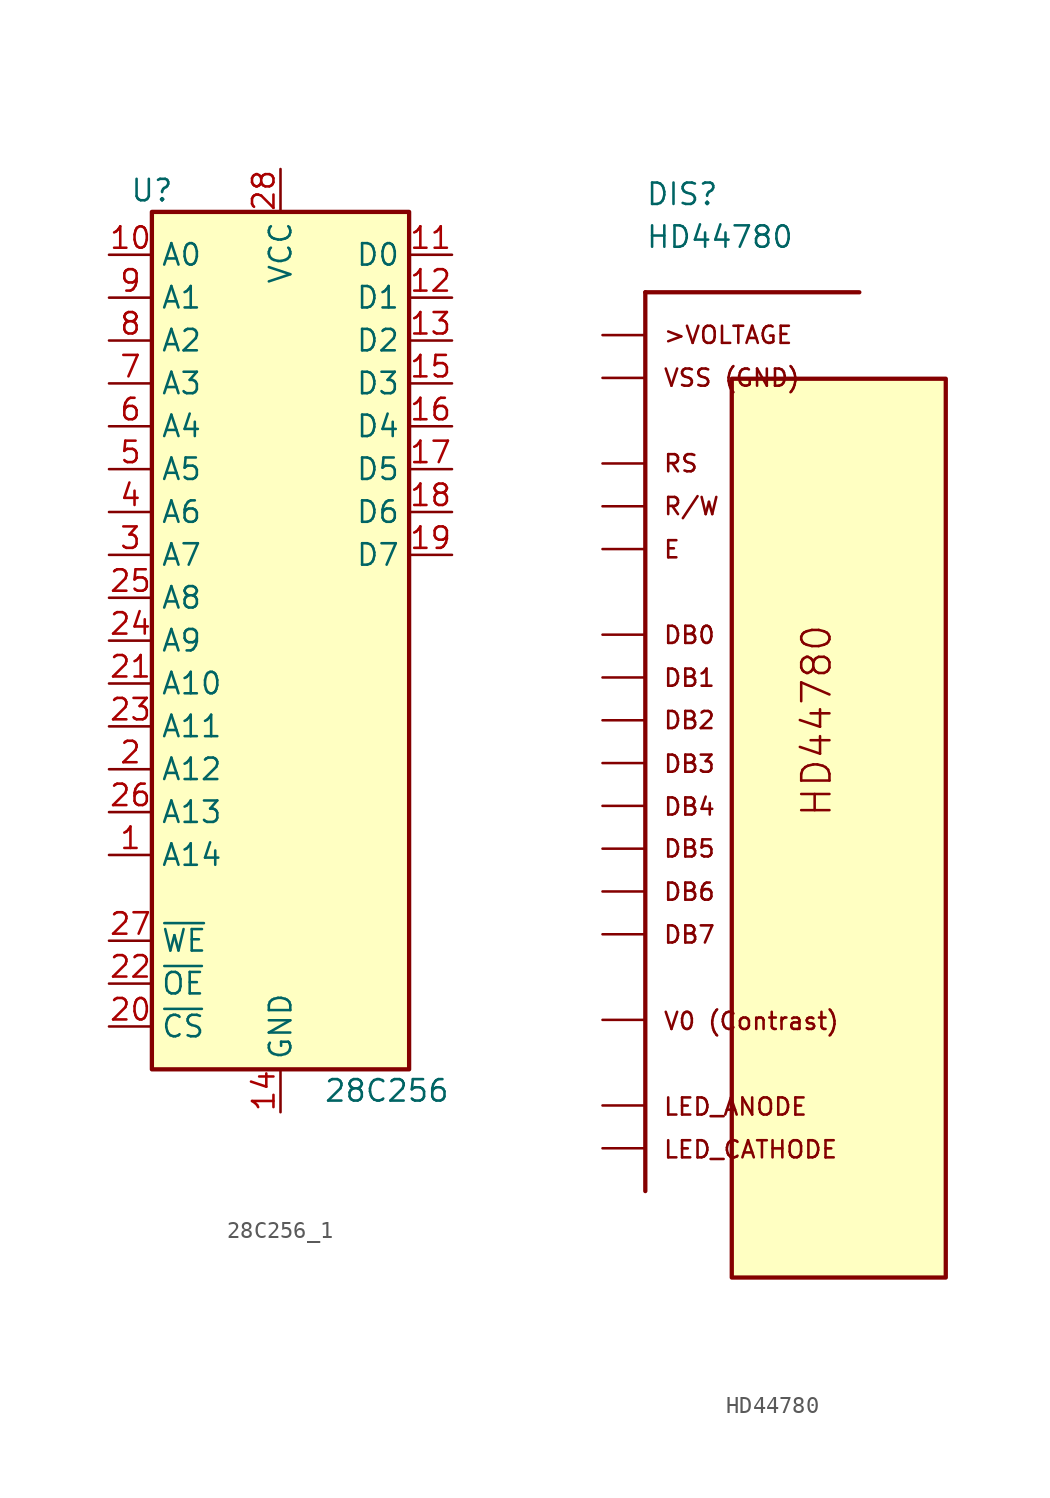
<source format=kicad_sym>
(kicad_symbol_lib
  (version 20220914)
  (generator kicad_symbol_editor)
  (symbol "28C256_1"
    (property "Reference" "U"
      (at -7.62 26.67 0)
      (effects (font (size 1.27 1.27))))
    (property "Value" "28C256"
      (at 2.54 -26.67 0)
      (effects (font (size 1.27 1.27)) (justify left)))
    (symbol "28C256_1_1_1"
      (rectangle (start -7.62 25.4) (end 7.62 -25.4) (stroke (width 0.254) (type default)) (fill (type background)))
      (pin input line (at -10.16 -12.7 0) (length 2.54) (name "A14" (effects (font (size 1.27 1.27)))) (number "1" (effects (font (size 1.27 1.27)))))
      (pin input line (at -10.16 22.86 0) (length 2.54) (name "A0" (effects (font (size 1.27 1.27)))) (number "10" (effects (font (size 1.27 1.27)))))
      (pin tri_state line (at 10.16 22.86 180) (length 2.54) (name "D0" (effects (font (size 1.27 1.27)))) (number "11" (effects (font (size 1.27 1.27)))))
      (pin tri_state line (at 10.16 20.32 180) (length 2.54) (name "D1" (effects (font (size 1.27 1.27)))) (number "12" (effects (font (size 1.27 1.27)))))
      (pin tri_state line (at 10.16 17.78 180) (length 2.54) (name "D2" (effects (font (size 1.27 1.27)))) (number "13" (effects (font (size 1.27 1.27)))))
      (pin power_in line (at 0 -27.94 90) (length 2.54) (name "GND" (effects (font (size 1.27 1.27)))) (number "14" (effects (font (size 1.27 1.27)))))
      (pin tri_state line (at 10.16 15.24 180) (length 2.54) (name "D3" (effects (font (size 1.27 1.27)))) (number "15" (effects (font (size 1.27 1.27)))))
      (pin tri_state line (at 10.16 12.7 180) (length 2.54) (name "D4" (effects (font (size 1.27 1.27)))) (number "16" (effects (font (size 1.27 1.27)))))
      (pin tri_state line (at 10.16 10.16 180) (length 2.54) (name "D5" (effects (font (size 1.27 1.27)))) (number "17" (effects (font (size 1.27 1.27)))))
      (pin tri_state line (at 10.16 7.62 180) (length 2.54) (name "D6" (effects (font (size 1.27 1.27)))) (number "18" (effects (font (size 1.27 1.27)))))
      (pin tri_state line (at 10.16 5.08 180) (length 2.54) (name "D7" (effects (font (size 1.27 1.27)))) (number "19" (effects (font (size 1.27 1.27)))))
      (pin input line (at -10.16 -7.62 0) (length 2.54) (name "A12" (effects (font (size 1.27 1.27)))) (number "2" (effects (font (size 1.27 1.27)))))
      (pin input line (at -10.16 -22.86 0) (length 2.54) (name "~{CS}" (effects (font (size 1.27 1.27)))) (number "20" (effects (font (size 1.27 1.27)))))
      (pin input line (at -10.16 -2.54 0) (length 2.54) (name "A10" (effects (font (size 1.27 1.27)))) (number "21" (effects (font (size 1.27 1.27)))))
      (pin input line (at -10.16 -20.32 0) (length 2.54) (name "~{OE}" (effects (font (size 1.27 1.27)))) (number "22" (effects (font (size 1.27 1.27)))))
      (pin input line (at -10.16 -5.08 0) (length 2.54) (name "A11" (effects (font (size 1.27 1.27)))) (number "23" (effects (font (size 1.27 1.27)))))
      (pin input line (at -10.16 0 0) (length 2.54) (name "A9" (effects (font (size 1.27 1.27)))) (number "24" (effects (font (size 1.27 1.27)))))
      (pin input line (at -10.16 2.54 0) (length 2.54) (name "A8" (effects (font (size 1.27 1.27)))) (number "25" (effects (font (size 1.27 1.27)))))
      (pin input line (at -10.16 -10.16 0) (length 2.54) (name "A13" (effects (font (size 1.27 1.27)))) (number "26" (effects (font (size 1.27 1.27)))))
      (pin input line (at -10.16 -17.78 0) (length 2.54) (name "~{WE}" (effects (font (size 1.27 1.27)))) (number "27" (effects (font (size 1.27 1.27)))))
      (pin power_in line (at 0 27.94 270) (length 2.54) (name "VCC" (effects (font (size 1.27 1.27)))) (number "28" (effects (font (size 1.27 1.27)))))
      (pin input line (at -10.16 5.08 0) (length 2.54) (name "A7" (effects (font (size 1.27 1.27)))) (number "3" (effects (font (size 1.27 1.27)))))
      (pin input line (at -10.16 7.62 0) (length 2.54) (name "A6" (effects (font (size 1.27 1.27)))) (number "4" (effects (font (size 1.27 1.27)))))
      (pin input line (at -10.16 10.16 0) (length 2.54) (name "A5" (effects (font (size 1.27 1.27)))) (number "5" (effects (font (size 1.27 1.27)))))
      (pin input line (at -10.16 12.7 0) (length 2.54) (name "A4" (effects (font (size 1.27 1.27)))) (number "6" (effects (font (size 1.27 1.27)))))
      (pin input line (at -10.16 15.24 0) (length 2.54) (name "A3" (effects (font (size 1.27 1.27)))) (number "7" (effects (font (size 1.27 1.27)))))
      (pin input line (at -10.16 17.78 0) (length 2.54) (name "A2" (effects (font (size 1.27 1.27)))) (number "8" (effects (font (size 1.27 1.27)))))
      (pin input line (at -10.16 20.32 0) (length 2.54) (name "A1" (effects (font (size 1.27 1.27)))) (number "9" (effects (font (size 1.27 1.27)))))))
  (symbol "HD44780"
    (pin_numbers hide)
    (pin_names
      (offset 1.016) hide)
    (property "Reference" "DIS"
      (at 0 5.08 0)
      (effects (font (size 1.27 1.27)) (justify left bottom)))
    (property "Value" "HD44780"
      (at 0 2.54 0)
      (effects (font (size 1.27 1.27)) (justify left bottom)))
    (property "ki_locked" ""
      (at 0 0 0)
      (effects (font (size 1.27 1.27))))
    (symbol "HD44780_0_0"
      (polyline (pts (xy 0 0) (xy 0 -53.34)) (stroke (width 0.254) (type solid)) (fill (type none)))
      (polyline (pts (xy 12.7 0) (xy 0 0)) (stroke (width 0.254) (type solid)) (fill (type none)))
      (rectangle (start 5.131 -58.471) (end 17.831 -5.131) (stroke (width 0.254) (type solid)) (fill (type background)))
      (text ">VOLTAGE" (at 1.016 -2.54 0) (effects (font (size 1.016 1.016)) (justify left)))
      (text "DB0" (at 1.016 -20.345 0) (effects (font (size 1.016 1.016)) (justify left)))
      (text "DB1" (at 1.016 -22.885 0) (effects (font (size 1.016 1.016)) (justify left)))
      (text "DB2" (at 1.016 -25.4 0) (effects (font (size 1.016 1.016)) (justify left)))
      (text "DB3" (at 1.016 -27.991 0) (effects (font (size 1.016 1.016)) (justify left)))
      (text "DB4" (at 1.016 -30.531 0) (effects (font (size 1.016 1.016)) (justify left)))
      (text "DB5" (at 1.016 -33.02 0) (effects (font (size 1.016 1.016)) (justify left)))
      (text "DB6" (at 1.016 -35.585 0) (effects (font (size 1.016 1.016)) (justify left)))
      (text "DB7" (at 1.016 -38.125 0) (effects (font (size 1.016 1.016)) (justify left)))
      (text "E" (at 1.016 -15.265 0) (effects (font (size 1.016 1.016)) (justify left)))
      (text "HD44780" (at 10.16 -25.425 900) (effects (font (size 1.676 1.676))))
      (text "LED_ANODE" (at 1.016 -48.336 0) (effects (font (size 1.016 1.016)) (justify left)))
      (text "LED_CATHODE" (at 1.016 -50.876 0) (effects (font (size 1.016 1.016)) (justify left)))
      (text "R/W" (at 1.016 -12.7 0) (effects (font (size 1.016 1.016)) (justify left)))
      (text "RS" (at 1.016 -10.16 0) (effects (font (size 1.016 1.016)) (justify left)))
      (text "V0 (Contrast)" (at 1.016 -43.256 0) (effects (font (size 1.016 1.016)) (justify left)))
      (text "VSS (GND)" (at 1.016 -5.08 0) (effects (font (size 1.016 1.016)) (justify left)))
      (pin bidirectional line (at -2.54 -5.08 0) (length 2.54) (name "~" (effects (font (size 1.016 1.016)))) (number "P$1" (effects (font (size 1.016 1.016)))))
      (pin bidirectional line (at -2.54 -27.94 0) (length 2.54) (name "~" (effects (font (size 1.016 1.016)))) (number "P$10" (effects (font (size 1.016 1.016)))))
      (pin bidirectional line (at -2.54 -30.48 0) (length 2.54) (name "~" (effects (font (size 1.016 1.016)))) (number "P$11" (effects (font (size 1.016 1.016)))))
      (pin bidirectional line (at -2.54 -33.02 0) (length 2.54) (name "~" (effects (font (size 1.016 1.016)))) (number "P$12" (effects (font (size 1.016 1.016)))))
      (pin bidirectional line (at -2.54 -35.56 0) (length 2.54) (name "~" (effects (font (size 1.016 1.016)))) (number "P$13" (effects (font (size 1.016 1.016)))))
      (pin bidirectional line (at -2.54 -38.1 0) (length 2.54) (name "~" (effects (font (size 1.016 1.016)))) (number "P$14" (effects (font (size 1.016 1.016)))))
      (pin bidirectional line (at -2.54 -48.26 0) (length 2.54) (name "~" (effects (font (size 1.016 1.016)))) (number "P$15" (effects (font (size 1.016 1.016)))))
      (pin bidirectional line (at -2.54 -50.8 0) (length 2.54) (name "~" (effects (font (size 1.016 1.016)))) (number "P$16" (effects (font (size 1.016 1.016)))))
      (pin bidirectional line (at -2.54 -2.54 0) (length 2.54) (name "~" (effects (font (size 1.016 1.016)))) (number "P$2" (effects (font (size 1.016 1.016)))))
      (pin bidirectional line (at -2.54 -43.18 0) (length 2.54) (name "~" (effects (font (size 1.016 1.016)))) (number "P$3" (effects (font (size 1.016 1.016)))))
      (pin bidirectional line (at -2.54 -10.16 0) (length 2.54) (name "~" (effects (font (size 1.016 1.016)))) (number "P$4" (effects (font (size 1.016 1.016)))))
      (pin bidirectional line (at -2.54 -12.7 0) (length 2.54) (name "~" (effects (font (size 1.016 1.016)))) (number "P$5" (effects (font (size 1.016 1.016)))))
      (pin bidirectional line (at -2.54 -15.24 0) (length 2.54) (name "~" (effects (font (size 1.016 1.016)))) (number "P$6" (effects (font (size 1.016 1.016)))))
      (pin bidirectional line (at -2.54 -20.32 0) (length 2.54) (name "~" (effects (font (size 1.016 1.016)))) (number "P$7" (effects (font (size 1.016 1.016)))))
      (pin bidirectional line (at -2.54 -22.86 0) (length 2.54) (name "~" (effects (font (size 1.016 1.016)))) (number "P$8" (effects (font (size 1.016 1.016)))))
      (pin bidirectional line (at -2.54 -25.4 0) (length 2.54) (name "~" (effects (font (size 1.016 1.016)))) (number "P$9" (effects (font (size 1.016 1.016))))))))
</source>
